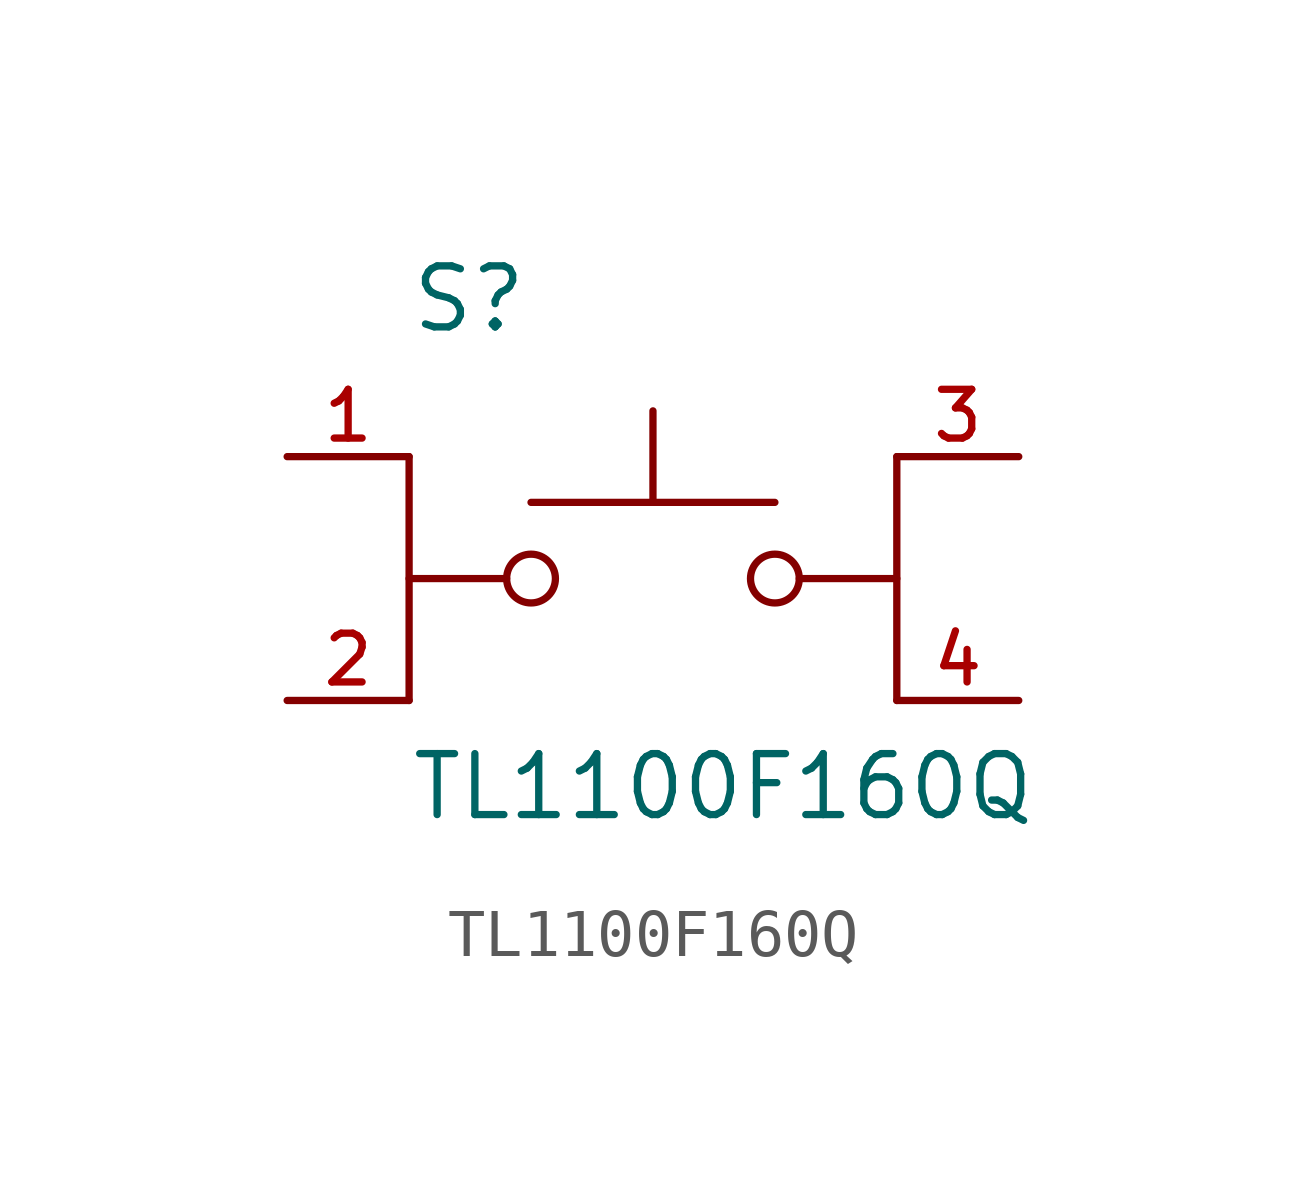
<source format=kicad_sym>
(kicad_symbol_lib
  (version 20211014)
  (generator kicad_symbol_editor)
  (symbol "TL1100F160Q"
    (pin_names
      (offset 1.016))
    (property "Reference" "S"
      (at -5.08 5.08 0)
      (effects (font (size 1.27 1.27)) (justify bottom left)))
    (property "Value" "TL1100F160Q"
      (at -5.08 -5.08 0)
      (effects (font (size 1.27 1.27)) (justify bottom left)))
    (symbol "TL1100F160Q_0_0"
      (circle (center 2.54 0.0) (radius 0.508) (stroke (width 0.152)) (fill (type none)))
      (polyline (pts (xy 5.08 0.0) (xy 3.048 0.0)) (stroke (width 0.152)))
      (polyline (pts (xy -5.08 0.0) (xy -3.048 0.0)) (stroke (width 0.152)))
      (circle (center -2.54 0.0) (radius 0.508) (stroke (width 0.152)) (fill (type none)))
      (polyline (pts (xy -2.54 1.587) (xy 0.0 1.587)) (stroke (width 0.152)))
      (polyline (pts (xy 0.0 1.587) (xy 2.54 1.587)) (stroke (width 0.152)))
      (polyline (pts (xy 0.0 1.587) (xy 0.0 3.493)) (stroke (width 0.152)))
      (polyline (pts (xy -5.08 2.54) (xy -5.08 -2.54)) (stroke (width 0.152)))
      (polyline (pts (xy 5.08 2.54) (xy 5.08 -2.54)) (stroke (width 0.152)))
      (pin passive line (at -7.62 2.54 0) (length 2.54) (name "~" (effects (font (size 1.016 1.016)))) (number "1" (effects (font (size 1.016 1.016)))))
      (pin passive line (at -7.62 -2.54 0) (length 2.54) (name "~" (effects (font (size 1.016 1.016)))) (number "2" (effects (font (size 1.016 1.016)))))
      (pin passive line (at 7.62 2.54 180.0) (length 2.54) (name "~" (effects (font (size 1.016 1.016)))) (number "3" (effects (font (size 1.016 1.016)))))
      (pin passive line (at 7.62 -2.54 180.0) (length 2.54) (name "~" (effects (font (size 1.016 1.016)))) (number "4" (effects (font (size 1.016 1.016))))))))
</source>
